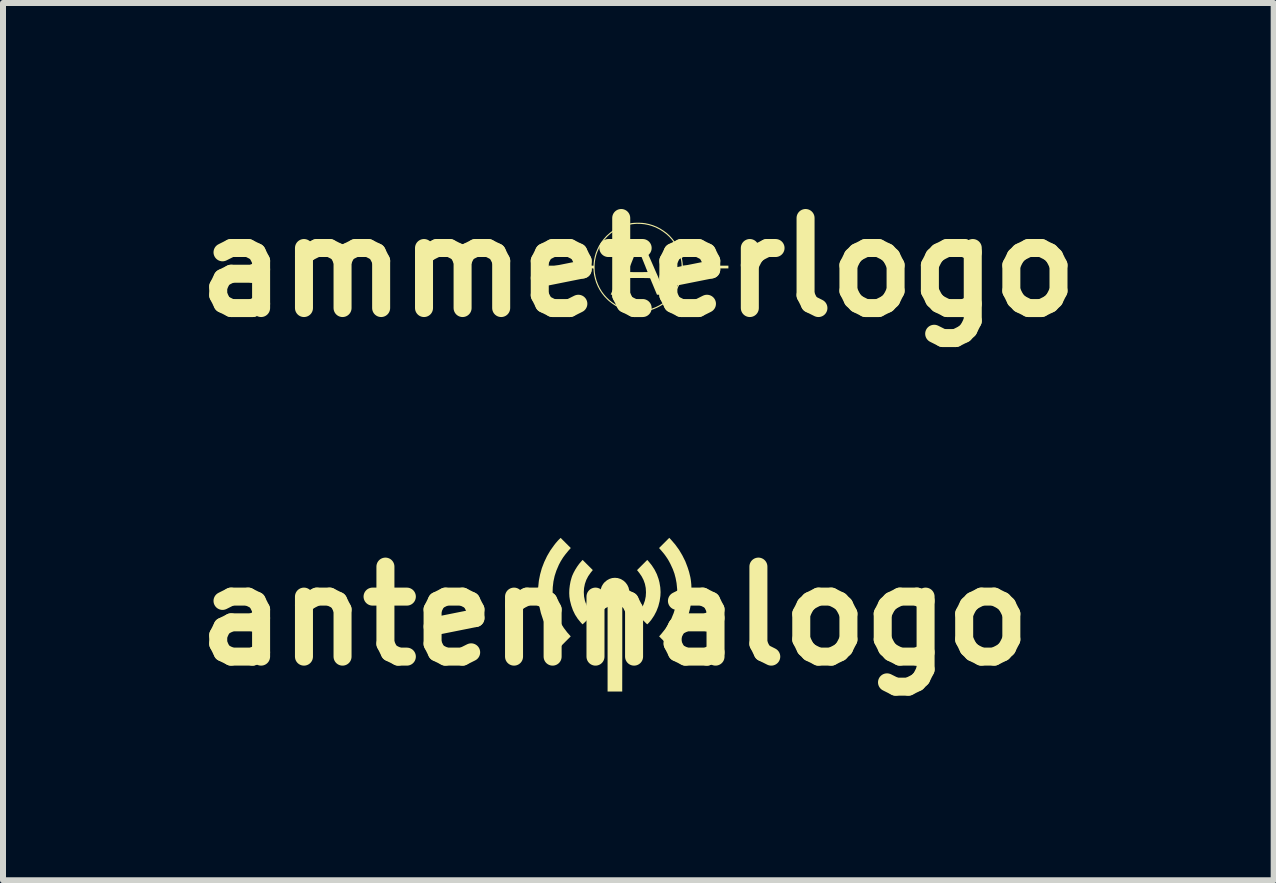
<source format=kicad_pcb>
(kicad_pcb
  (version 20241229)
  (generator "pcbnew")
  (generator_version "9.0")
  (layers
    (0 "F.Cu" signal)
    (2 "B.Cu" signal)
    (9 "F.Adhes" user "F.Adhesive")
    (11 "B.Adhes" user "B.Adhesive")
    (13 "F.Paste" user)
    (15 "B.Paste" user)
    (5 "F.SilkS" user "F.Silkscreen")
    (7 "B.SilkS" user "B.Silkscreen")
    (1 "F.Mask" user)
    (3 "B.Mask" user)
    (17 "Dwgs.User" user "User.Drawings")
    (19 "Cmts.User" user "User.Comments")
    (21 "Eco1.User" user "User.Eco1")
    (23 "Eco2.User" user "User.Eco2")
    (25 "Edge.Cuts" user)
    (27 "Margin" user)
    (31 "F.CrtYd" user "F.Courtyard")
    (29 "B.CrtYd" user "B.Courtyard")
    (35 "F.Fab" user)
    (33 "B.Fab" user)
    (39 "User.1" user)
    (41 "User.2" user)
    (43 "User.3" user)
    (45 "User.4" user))
  (footprint "ammeterlogo"
    (layer "F.Cu")
    (at 7.586 1.404)
    (property "Reference" "ammeterlogo" (at 0 0 0) (layer "F.SilkS") (effects (font (size 1.5 1.5) (thickness 0.3))))
    (attr board_only exclude_from_pos_files exclude_from_bom)
    (fp_poly (pts (xy 0.256 -0.007) (xy 0.278 0.044) (xy 0.299 0.092) (xy 0.32 0.139) (xy 0.339 0.184) (xy 0.358 0.226) (xy 0.375 0.266) (xy 0.391 0.303) (xy 0.406 0.336) (xy 0.419 0.366) (xy 0.43 0.392) (xy 0.44 0.414) (xy 0.447 0.431) (xy 0.453 0.444) (xy 0.456 0.451) (xy 0.457 0.453) (xy 0.457 0.455) (xy 0.456 0.456) (xy 0.453 0.457) (xy 0.447 0.457) (xy 0.437 0.458) (xy 0.423 0.458) (xy 0.405 0.458) (xy 0.384 0.457) (xy 0.31 0.456) (xy 0.254 0.321) (xy 0.243 0.294) (xy 0.232 0.268) (xy 0.222 0.245) (xy 0.214 0.224) (xy 0.207 0.207) (xy 0.201 0.194) (xy 0.197 0.186) (xy 0.196 0.182) (xy 0.194 0.181) (xy 0.19 0.181) (xy 0.182 0.18) (xy 0.171 0.18) (xy 0.157 0.179) (xy 0.138 0.179) (xy 0.115 0.179) (xy 0.087 0.178) (xy 0.054 0.178) (xy 0.015 0.178) (xy -0.01 0.178) (xy -0.214 0.178) (xy -0.268 0.317) (xy -0.322 0.456) (xy -0.392 0.457) (xy -0.412 0.457) (xy -0.43 0.457) (xy -0.445 0.457) (xy -0.455 0.456) (xy -0.46 0.456) (xy -0.461 0.455) (xy -0.459 0.452) (xy -0.456 0.444) (xy -0.45 0.43) (xy -0.443 0.412) (xy -0.433 0.389) (xy -0.422 0.362) (xy -0.41 0.331) (xy -0.396 0.297) (xy -0.38 0.259) (xy -0.363 0.218) (xy -0.346 0.175) (xy -0.327 0.129) (xy -0.307 0.082) (xy -0.306 0.077) (xy -0.175 0.077) (xy -0.172 0.078) (xy -0.164 0.078) (xy -0.15 0.079) (xy -0.132 0.079) (xy -0.11 0.079) (xy -0.085 0.08) (xy -0.057 0.08) (xy -0.026 0.08) (xy -0.011 0.08) (xy 0.02 0.08) (xy 0.05 0.08) (xy 0.076 0.08) (xy 0.1 0.079) (xy 0.12 0.079) (xy 0.136 0.079) (xy 0.147 0.079) (xy 0.153 0.078) (xy 0.154 0.078) (xy 0.153 0.075) (xy 0.149 0.067) (xy 0.144 0.054) (xy 0.138 0.037) (xy 0.129 0.017) (xy 0.12 -0.007) (xy 0.11 -0.033) (xy 0.098 -0.061) (xy 0.094 -0.072) (xy 0.074 -0.121) (xy 0.056 -0.166) (xy 0.041 -0.205) (xy 0.027 -0.239) (xy 0.016 -0.269) (xy 0.006 -0.295) (xy -0.002 -0.317) (xy -0.008 -0.336) (xy -0.009 -0.34) (xy -0.016 -0.361) (xy -0.027 -0.321) (xy -0.031 -0.305) (xy -0.035 -0.289) (xy -0.04 -0.274) (xy -0.045 -0.258) (xy -0.051 -0.24) (xy -0.058 -0.221) (xy -0.066 -0.2) (xy -0.075 -0.176) (xy -0.086 -0.147) (xy -0.099 -0.115) (xy -0.114 -0.078) (xy -0.117 -0.069) (xy -0.129 -0.041) (xy -0.139 -0.015) (xy -0.149 0.009) (xy -0.157 0.031) (xy -0.164 0.049) (xy -0.17 0.063) (xy -0.173 0.072) (xy -0.175 0.077) (xy -0.175 0.077) (xy -0.306 0.077) (xy -0.287 0.032) (xy -0.272 -0.004) (xy -0.085 -0.461) (xy -0.014 -0.461) (xy 0.057 -0.461)) (stroke (width 0) (type solid)) (fill yes) (layer "F.SilkS"))
    (fp_poly (pts (xy 0.04 -0.742) (xy 0.071 -0.74) (xy 0.098 -0.737) (xy 0.114 -0.735) (xy 0.18 -0.721) (xy 0.245 -0.701) (xy 0.307 -0.676) (xy 0.366 -0.645) (xy 0.421 -0.61) (xy 0.474 -0.571) (xy 0.522 -0.527) (xy 0.566 -0.478) (xy 0.606 -0.426) (xy 0.642 -0.369) (xy 0.662 -0.33) (xy 0.685 -0.281) (xy 0.703 -0.233) (xy 0.718 -0.184) (xy 0.729 -0.133) (xy 0.737 -0.079) (xy 0.739 -0.05) (xy 0.741 -0.028) (xy 1.121 -0.028) (xy 1.5 -0.028) (xy 1.5 -0.005) (xy 1.5 0.018) (xy 1.121 0.018) (xy 0.742 0.018) (xy 0.74 0.047) (xy 0.731 0.115) (xy 0.718 0.182) (xy 0.698 0.246) (xy 0.673 0.309) (xy 0.643 0.368) (xy 0.607 0.425) (xy 0.575 0.467) (xy 0.53 0.518) (xy 0.482 0.564) (xy 0.429 0.605) (xy 0.373 0.641) (xy 0.314 0.672) (xy 0.253 0.698) (xy 0.188 0.718) (xy 0.122 0.733) (xy 0.12 0.734) (xy 0.102 0.737) (xy 0.084 0.739) (xy 0.067 0.74) (xy 0.048 0.741) (xy 0.025 0.742) (xy 0.011 0.742) (xy -0.009 0.743) (xy -0.028 0.743) (xy -0.045 0.743) (xy -0.057 0.742) (xy -0.065 0.742) (xy -0.066 0.742) (xy -0.136 0.732) (xy -0.203 0.717) (xy -0.266 0.696) (xy -0.327 0.671) (xy -0.384 0.64) (xy -0.439 0.603) (xy -0.492 0.561) (xy -0.52 0.535) (xy -0.568 0.485) (xy -0.609 0.433) (xy -0.646 0.377) (xy -0.677 0.318) (xy -0.703 0.257) (xy -0.723 0.193) (xy -0.738 0.127) (xy -0.741 0.107) (xy -0.743 0.09) (xy -0.745 0.073) (xy -0.746 0.059) (xy -0.747 0.05) (xy -0.747 0.049) (xy -0.747 0.038) (xy -0.748 0.029) (xy -0.749 0.025) (xy -0.751 0.018) (xy -1.125 0.018) (xy -1.5 0.018) (xy -1.5 0.009) (xy -0.729 0.009) (xy -0.728 0.045) (xy -0.726 0.078) (xy -0.724 0.094) (xy -0.712 0.159) (xy -0.695 0.222) (xy -0.672 0.283) (xy -0.644 0.342) (xy -0.611 0.398) (xy -0.572 0.451) (xy -0.529 0.5) (xy -0.481 0.546) (xy -0.436 0.582) (xy -0.383 0.618) (xy -0.327 0.649) (xy -0.267 0.675) (xy -0.206 0.696) (xy -0.143 0.712) (xy -0.079 0.722) (xy -0.075 0.722) (xy -0.058 0.723) (xy -0.035 0.724) (xy -0.01 0.724) (xy 0.017 0.724) (xy 0.043 0.723) (xy 0.068 0.721) (xy 0.089 0.719) (xy 0.101 0.718) (xy 0.167 0.705) (xy 0.23 0.686) (xy 0.291 0.662) (xy 0.349 0.633) (xy 0.404 0.599) (xy 0.456 0.561) (xy 0.504 0.518) (xy 0.548 0.471) (xy 0.588 0.419) (xy 0.624 0.364) (xy 0.654 0.306) (xy 0.676 0.254) (xy 0.686 0.226) (xy 0.695 0.194) (xy 0.704 0.16) (xy 0.711 0.127) (xy 0.715 0.101) (xy 0.718 0.079) (xy 0.72 0.052) (xy 0.721 0.022) (xy 0.721 -0.009) (xy 0.72 -0.039) (xy 0.719 -0.068) (xy 0.716 -0.092) (xy 0.715 -0.101) (xy 0.702 -0.168) (xy 0.683 -0.232) (xy 0.659 -0.294) (xy 0.63 -0.352) (xy 0.596 -0.408) (xy 0.557 -0.46) (xy 0.514 -0.509) (xy 0.466 -0.553) (xy 0.413 -0.593) (xy 0.357 -0.629) (xy 0.346 -0.635) (xy 0.287 -0.665) (xy 0.226 -0.688) (xy 0.163 -0.706) (xy 0.099 -0.718) (xy 0.034 -0.724) (xy -0.031 -0.725) (xy -0.096 -0.719) (xy -0.161 -0.708) (xy -0.225 -0.691) (xy -0.231 -0.689) (xy -0.294 -0.665) (xy -0.353 -0.636) (xy -0.409 -0.602) (xy -0.461 -0.563) (xy -0.51 -0.52) (xy -0.555 -0.472) (xy -0.595 -0.421) (xy -0.631 -0.365) (xy -0.662 -0.306) (xy -0.684 -0.254) (xy -0.693 -0.23) (xy -0.701 -0.203) (xy -0.709 -0.173) (xy -0.716 -0.142) (xy -0.721 -0.113) (xy -0.724 -0.094) (xy -0.727 -0.063) (xy -0.729 -0.028) (xy -0.729 0.009) (xy -1.5 0.009) (xy -1.5 -0.005) (xy -1.5 -0.028) (xy -1.124 -0.028) (xy -0.747 -0.028) (xy -0.747 -0.047) (xy -0.746 -0.057) (xy -0.745 -0.072) (xy -0.743 -0.089) (xy -0.741 -0.106) (xy -0.741 -0.107) (xy -0.728 -0.174) (xy -0.71 -0.238) (xy -0.685 -0.3) (xy -0.656 -0.36) (xy -0.621 -0.417) (xy -0.58 -0.47) (xy -0.535 -0.521) (xy -0.52 -0.535) (xy -0.469 -0.58) (xy -0.415 -0.62) (xy -0.358 -0.655) (xy -0.298 -0.684) (xy -0.235 -0.707) (xy -0.17 -0.725) (xy -0.111 -0.737) (xy -0.086 -0.74) (xy -0.058 -0.742) (xy -0.026 -0.743) (xy 0.007 -0.743)) (stroke (width 0) (type solid)) (fill yes) (layer "F.SilkS")))
  (footprint "antennalogo"
    (layer "F.Cu")
    (at 7.193 7.212)
    (property "Reference" "antennalogo" (at 0 0 0) (layer "F.SilkS") (effects (font (size 1.5 1.5) (thickness 0.3))))
    (attr board_only exclude_from_pos_files exclude_from_bom)
    (fp_poly (pts (xy 0.049 -0.631) (xy 0.095 -0.616) (xy 0.108 -0.61) (xy 0.148 -0.585) (xy 0.182 -0.553) (xy 0.209 -0.516) (xy 0.229 -0.474) (xy 0.24 -0.429) (xy 0.242 -0.382) (xy 0.24 -0.36) (xy 0.229 -0.32) (xy 0.211 -0.28) (xy 0.186 -0.243) (xy 0.156 -0.211) (xy 0.139 -0.197) (xy 0.125 -0.187) (xy 0.125 0.536) (xy 0.124 1.26) (xy 0.002 1.26) (xy -0.12 1.26) (xy -0.12 0.536) (xy -0.12 -0.188) (xy -0.138 -0.2) (xy -0.151 -0.21) (xy -0.167 -0.225) (xy -0.178 -0.236) (xy -0.206 -0.275) (xy -0.225 -0.317) (xy -0.236 -0.361) (xy -0.238 -0.406) (xy -0.232 -0.451) (xy -0.217 -0.494) (xy -0.193 -0.534) (xy -0.169 -0.562) (xy -0.13 -0.594) (xy -0.088 -0.617) (xy -0.044 -0.631) (xy 0.002 -0.635)) (stroke (width 0) (type solid)) (fill yes) (layer "F.SilkS"))
    (fp_poly (pts (xy 0.568 -0.903) (xy 0.619 -0.839) (xy 0.664 -0.769) (xy 0.701 -0.695) (xy 0.729 -0.617) (xy 0.744 -0.56) (xy 0.758 -0.477) (xy 0.763 -0.398) (xy 0.76 -0.333) (xy 0.747 -0.244) (xy 0.725 -0.159) (xy 0.694 -0.079) (xy 0.655 -0.004) (xy 0.607 0.067) (xy 0.574 0.107) (xy 0.56 0.122) (xy 0.549 0.133) (xy 0.542 0.139) (xy 0.541 0.14) (xy 0.537 0.137) (xy 0.526 0.127) (xy 0.511 0.112) (xy 0.492 0.093) (xy 0.469 0.071) (xy 0.454 0.056) (xy 0.371 -0.028) (xy 0.404 -0.068) (xy 0.446 -0.127) (xy 0.478 -0.189) (xy 0.502 -0.256) (xy 0.516 -0.325) (xy 0.52 -0.392) (xy 0.516 -0.465) (xy 0.502 -0.534) (xy 0.479 -0.599) (xy 0.446 -0.662) (xy 0.404 -0.722) (xy 0.402 -0.724) (xy 0.371 -0.763) (xy 0.456 -0.848) (xy 0.541 -0.933)) (stroke (width 0) (type solid)) (fill yes) (layer "F.SilkS"))
    (fp_poly (pts (xy -0.451 -0.848) (xy -0.366 -0.764) (xy -0.401 -0.721) (xy -0.443 -0.661) (xy -0.475 -0.599) (xy -0.498 -0.533) (xy -0.512 -0.463) (xy -0.516 -0.396) (xy -0.512 -0.324) (xy -0.498 -0.255) (xy -0.475 -0.189) (xy -0.442 -0.126) (xy -0.4 -0.067) (xy -0.39 -0.055) (xy -0.366 -0.027) (xy -0.449 0.057) (xy -0.473 0.08) (xy -0.494 0.101) (xy -0.512 0.118) (xy -0.526 0.131) (xy -0.534 0.139) (xy -0.536 0.14) (xy -0.54 0.137) (xy -0.55 0.127) (xy -0.563 0.114) (xy -0.567 0.109) (xy -0.617 0.048) (xy -0.661 -0.02) (xy -0.697 -0.094) (xy -0.725 -0.173) (xy -0.746 -0.255) (xy -0.756 -0.32) (xy -0.759 -0.38) (xy -0.757 -0.444) (xy -0.749 -0.511) (xy -0.737 -0.576) (xy -0.72 -0.637) (xy -0.71 -0.667) (xy -0.687 -0.718) (xy -0.659 -0.77) (xy -0.627 -0.821) (xy -0.594 -0.867) (xy -0.565 -0.901) (xy -0.536 -0.933)) (stroke (width 0) (type solid)) (fill yes) (layer "F.SilkS"))
    (fp_poly (pts (xy -0.818 -1.216) (xy -0.733 -1.131) (xy -0.768 -1.092) (xy -0.818 -1.032) (xy -0.861 -0.974) (xy -0.898 -0.915) (xy -0.932 -0.851) (xy -0.935 -0.844) (xy -0.973 -0.755) (xy -1.002 -0.666) (xy -1.022 -0.574) (xy -1.033 -0.48) (xy -1.036 -0.394) (xy -1.034 -0.33) (xy -1.03 -0.271) (xy -1.022 -0.214) (xy -1.01 -0.156) (xy -1.007 -0.145) (xy -0.98 -0.055) (xy -0.944 0.034) (xy -0.9 0.12) (xy -0.848 0.202) (xy -0.79 0.278) (xy -0.777 0.292) (xy -0.734 0.341) (xy -0.819 0.426) (xy -0.903 0.511) (xy -0.943 0.469) (xy -1.008 0.393) (xy -1.069 0.308) (xy -1.124 0.216) (xy -1.153 0.158) (xy -1.197 0.056) (xy -1.231 -0.048) (xy -1.256 -0.155) (xy -1.272 -0.262) (xy -1.279 -0.37) (xy -1.276 -0.478) (xy -1.265 -0.586) (xy -1.244 -0.692) (xy -1.215 -0.796) (xy -1.176 -0.897) (xy -1.129 -0.996) (xy -1.074 -1.09) (xy -1.009 -1.181) (xy -0.988 -1.208) (xy -0.97 -1.229) (xy -0.952 -1.25) (xy -0.936 -1.267) (xy -0.924 -1.279) (xy -0.902 -1.3)) (stroke (width 0) (type solid)) (fill yes) (layer "F.SilkS"))
    (fp_poly (pts (xy 0.938 -1.269) (xy 1.007 -1.189) (xy 1.071 -1.101) (xy 1.126 -1.008) (xy 1.175 -0.91) (xy 1.214 -0.808) (xy 1.238 -0.733) (xy 1.249 -0.687) (xy 1.259 -0.646) (xy 1.266 -0.606) (xy 1.271 -0.565) (xy 1.275 -0.521) (xy 1.277 -0.471) (xy 1.279 -0.423) (xy 1.279 -0.366) (xy 1.279 -0.317) (xy 1.277 -0.273) (xy 1.273 -0.232) (xy 1.267 -0.192) (xy 1.259 -0.149) (xy 1.252 -0.115) (xy 1.23 -0.03) (xy 1.201 0.056) (xy 1.167 0.139) (xy 1.132 0.21) (xy 1.109 0.251) (xy 1.081 0.295) (xy 1.05 0.34) (xy 1.018 0.384) (xy 0.986 0.425) (xy 0.956 0.461) (xy 0.928 0.49) (xy 0.927 0.491) (xy 0.907 0.51) (xy 0.823 0.425) (xy 0.739 0.341) (xy 0.775 0.3) (xy 0.84 0.219) (xy 0.896 0.134) (xy 0.943 0.045) (xy 0.981 -0.047) (xy 1.01 -0.143) (xy 1.029 -0.24) (xy 1.039 -0.34) (xy 1.04 -0.44) (xy 1.03 -0.542) (xy 1.029 -0.549) (xy 1.014 -0.629) (xy 0.994 -0.705) (xy 0.967 -0.779) (xy 0.932 -0.855) (xy 0.927 -0.865) (xy 0.906 -0.906) (xy 0.884 -0.944) (xy 0.86 -0.98) (xy 0.834 -1.017) (xy 0.803 -1.056) (xy 0.766 -1.099) (xy 0.759 -1.107) (xy 0.738 -1.131) (xy 0.823 -1.216) (xy 0.908 -1.301)) (stroke (width 0) (type solid)) (fill yes) (layer "F.SilkS")))
  (gr_rect
    (start -3 -3)
    (end 18.171 11.616)
    (stroke (width 0.1) (type default))
    (fill no)
    (layer "Edge.Cuts")))
</source>
